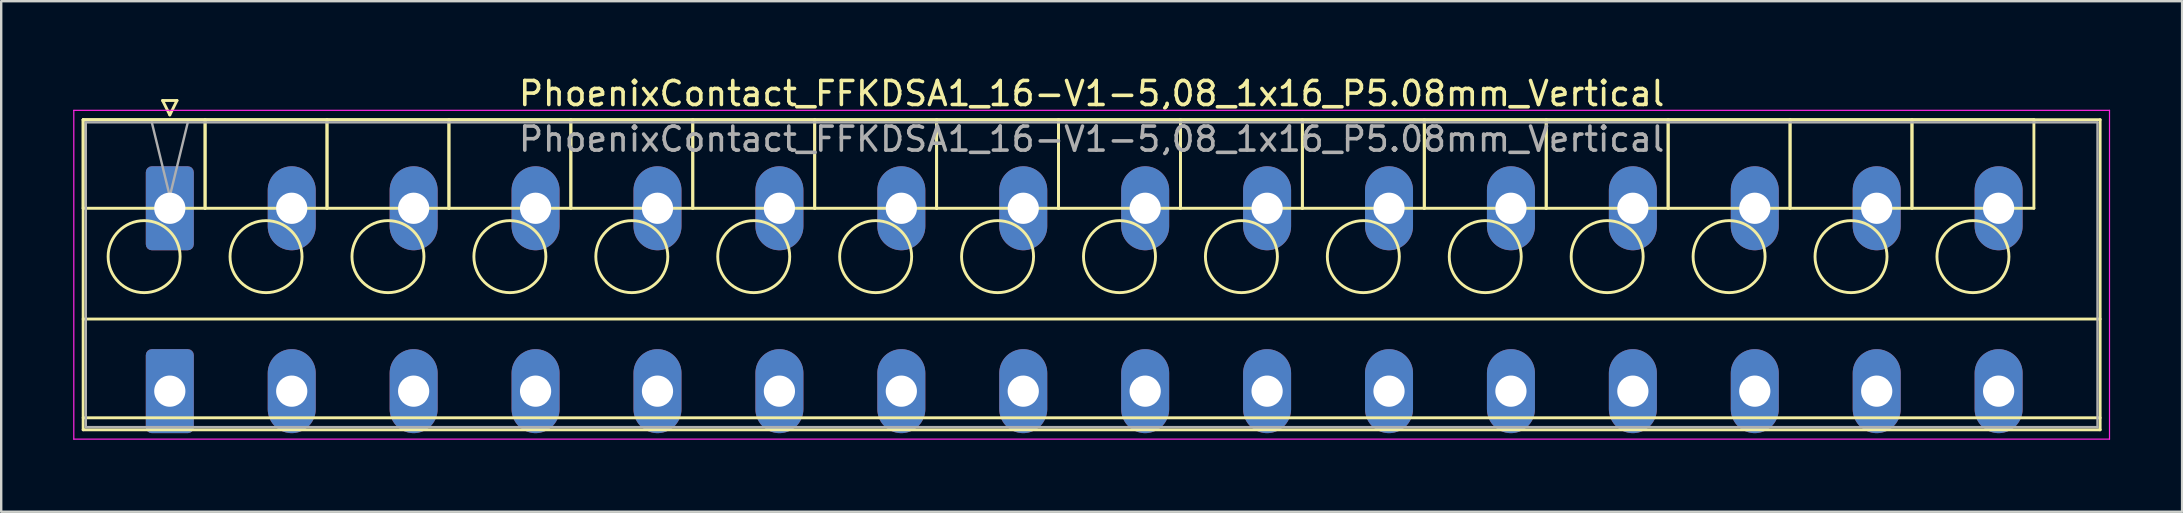
<source format=kicad_pcb>
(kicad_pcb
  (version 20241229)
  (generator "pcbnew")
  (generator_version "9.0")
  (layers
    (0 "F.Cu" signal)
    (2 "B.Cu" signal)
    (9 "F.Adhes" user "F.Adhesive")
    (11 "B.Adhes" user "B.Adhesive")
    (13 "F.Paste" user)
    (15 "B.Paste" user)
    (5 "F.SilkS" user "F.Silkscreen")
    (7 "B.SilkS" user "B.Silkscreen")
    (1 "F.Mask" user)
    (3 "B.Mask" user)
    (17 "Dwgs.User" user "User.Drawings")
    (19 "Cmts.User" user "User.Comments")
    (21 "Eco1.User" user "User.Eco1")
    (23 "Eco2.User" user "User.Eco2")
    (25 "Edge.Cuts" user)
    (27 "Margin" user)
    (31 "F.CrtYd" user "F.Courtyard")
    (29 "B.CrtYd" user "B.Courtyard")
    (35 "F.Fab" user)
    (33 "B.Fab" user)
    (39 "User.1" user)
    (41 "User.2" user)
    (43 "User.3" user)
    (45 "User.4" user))
  (footprint "PhoenixContact_FFKDSA1_16-V1-5,08_1x16_P5.08mm_Vertical"
    (layer "F.Cu")
    (at 4.025 5.628)
    (property "Reference" "PhoenixContact_FFKDSA1_16-V1-5,08_1x16_P5.08mm_Vertical" (at 38.41 -4.78 0) (layer "F.SilkS") (effects (font (size 1 1) (thickness 0.15))))
    (attr through_hole)
    (fp_line (start -3.61 -3.69) (end -3.61 0) (stroke (width 0.12) (type solid)) (layer "F.SilkS"))
    (fp_line (start -3.61 -3.69) (end -3.61 9.23) (stroke (width 0.12) (type solid)) (layer "F.SilkS"))
    (fp_line (start -3.61 0) (end 1.47 0) (stroke (width 0.12) (type solid)) (layer "F.SilkS"))
    (fp_line (start -3.61 4.615) (end 80.43 4.615) (stroke (width 0.12) (type solid)) (layer "F.SilkS"))
    (fp_line (start -3.61 8.73) (end 80.43 8.73) (stroke (width 0.12) (type solid)) (layer "F.SilkS"))
    (fp_line (start -3.61 9.23) (end 80.43 9.23) (stroke (width 0.12) (type solid)) (layer "F.SilkS"))
    (fp_line (start -0.3 -4.49) (end 0.3 -4.49) (stroke (width 0.12) (type solid)) (layer "F.SilkS"))
    (fp_line (start 0 -3.89) (end -0.3 -4.49) (stroke (width 0.12) (type solid)) (layer "F.SilkS"))
    (fp_line (start 0.3 -4.49) (end 0 -3.89) (stroke (width 0.12) (type solid)) (layer "F.SilkS"))
    (fp_line (start 1.47 -3.69) (end -3.61 -3.69) (stroke (width 0.12) (type solid)) (layer "F.SilkS"))
    (fp_line (start 1.47 -3.69) (end 1.47 0) (stroke (width 0.12) (type solid)) (layer "F.SilkS"))
    (fp_line (start 1.47 0) (end 1.47 -3.69) (stroke (width 0.12) (type solid)) (layer "F.SilkS"))
    (fp_line (start 1.47 0) (end 6.55 0) (stroke (width 0.12) (type solid)) (layer "F.SilkS"))
    (fp_line (start 6.55 -3.69) (end 1.47 -3.69) (stroke (width 0.12) (type solid)) (layer "F.SilkS"))
    (fp_line (start 6.55 -3.69) (end 6.55 0) (stroke (width 0.12) (type solid)) (layer "F.SilkS"))
    (fp_line (start 6.55 0) (end 6.55 -3.69) (stroke (width 0.12) (type solid)) (layer "F.SilkS"))
    (fp_line (start 6.55 0) (end 11.63 0) (stroke (width 0.12) (type solid)) (layer "F.SilkS"))
    (fp_line (start 11.63 -3.69) (end 6.55 -3.69) (stroke (width 0.12) (type solid)) (layer "F.SilkS"))
    (fp_line (start 11.63 -3.69) (end 11.63 0) (stroke (width 0.12) (type solid)) (layer "F.SilkS"))
    (fp_line (start 11.63 0) (end 11.63 -3.69) (stroke (width 0.12) (type solid)) (layer "F.SilkS"))
    (fp_line (start 11.63 0) (end 16.71 0) (stroke (width 0.12) (type solid)) (layer "F.SilkS"))
    (fp_line (start 16.71 -3.69) (end 11.63 -3.69) (stroke (width 0.12) (type solid)) (layer "F.SilkS"))
    (fp_line (start 16.71 -3.69) (end 16.71 0) (stroke (width 0.12) (type solid)) (layer "F.SilkS"))
    (fp_line (start 16.71 0) (end 16.71 -3.69) (stroke (width 0.12) (type solid)) (layer "F.SilkS"))
    (fp_line (start 16.71 0) (end 21.79 0) (stroke (width 0.12) (type solid)) (layer "F.SilkS"))
    (fp_line (start 21.79 -3.69) (end 16.71 -3.69) (stroke (width 0.12) (type solid)) (layer "F.SilkS"))
    (fp_line (start 21.79 -3.69) (end 21.79 0) (stroke (width 0.12) (type solid)) (layer "F.SilkS"))
    (fp_line (start 21.79 0) (end 21.79 -3.69) (stroke (width 0.12) (type solid)) (layer "F.SilkS"))
    (fp_line (start 21.79 0) (end 26.87 0) (stroke (width 0.12) (type solid)) (layer "F.SilkS"))
    (fp_line (start 26.87 -3.69) (end 21.79 -3.69) (stroke (width 0.12) (type solid)) (layer "F.SilkS"))
    (fp_line (start 26.87 -3.69) (end 26.87 0) (stroke (width 0.12) (type solid)) (layer "F.SilkS"))
    (fp_line (start 26.87 0) (end 26.87 -3.69) (stroke (width 0.12) (type solid)) (layer "F.SilkS"))
    (fp_line (start 26.87 0) (end 31.95 0) (stroke (width 0.12) (type solid)) (layer "F.SilkS"))
    (fp_line (start 31.95 -3.69) (end 26.87 -3.69) (stroke (width 0.12) (type solid)) (layer "F.SilkS"))
    (fp_line (start 31.95 -3.69) (end 31.95 0) (stroke (width 0.12) (type solid)) (layer "F.SilkS"))
    (fp_line (start 31.95 0) (end 31.95 -3.69) (stroke (width 0.12) (type solid)) (layer "F.SilkS"))
    (fp_line (start 31.95 0) (end 37.03 0) (stroke (width 0.12) (type solid)) (layer "F.SilkS"))
    (fp_line (start 37.03 -3.69) (end 31.95 -3.69) (stroke (width 0.12) (type solid)) (layer "F.SilkS"))
    (fp_line (start 37.03 -3.69) (end 37.03 0) (stroke (width 0.12) (type solid)) (layer "F.SilkS"))
    (fp_line (start 37.03 0) (end 37.03 -3.69) (stroke (width 0.12) (type solid)) (layer "F.SilkS"))
    (fp_line (start 37.03 0) (end 42.11 0) (stroke (width 0.12) (type solid)) (layer "F.SilkS"))
    (fp_line (start 42.11 -3.69) (end 37.03 -3.69) (stroke (width 0.12) (type solid)) (layer "F.SilkS"))
    (fp_line (start 42.11 -3.69) (end 42.11 0) (stroke (width 0.12) (type solid)) (layer "F.SilkS"))
    (fp_line (start 42.11 0) (end 42.11 -3.69) (stroke (width 0.12) (type solid)) (layer "F.SilkS"))
    (fp_line (start 42.11 0) (end 47.19 0) (stroke (width 0.12) (type solid)) (layer "F.SilkS"))
    (fp_line (start 47.19 -3.69) (end 42.11 -3.69) (stroke (width 0.12) (type solid)) (layer "F.SilkS"))
    (fp_line (start 47.19 -3.69) (end 47.19 0) (stroke (width 0.12) (type solid)) (layer "F.SilkS"))
    (fp_line (start 47.19 0) (end 47.19 -3.69) (stroke (width 0.12) (type solid)) (layer "F.SilkS"))
    (fp_line (start 47.19 0) (end 52.27 0) (stroke (width 0.12) (type solid)) (layer "F.SilkS"))
    (fp_line (start 52.27 -3.69) (end 47.19 -3.69) (stroke (width 0.12) (type solid)) (layer "F.SilkS"))
    (fp_line (start 52.27 -3.69) (end 52.27 0) (stroke (width 0.12) (type solid)) (layer "F.SilkS"))
    (fp_line (start 52.27 0) (end 52.27 -3.69) (stroke (width 0.12) (type solid)) (layer "F.SilkS"))
    (fp_line (start 52.27 0) (end 57.35 0) (stroke (width 0.12) (type solid)) (layer "F.SilkS"))
    (fp_line (start 57.35 -3.69) (end 52.27 -3.69) (stroke (width 0.12) (type solid)) (layer "F.SilkS"))
    (fp_line (start 57.35 -3.69) (end 57.35 0) (stroke (width 0.12) (type solid)) (layer "F.SilkS"))
    (fp_line (start 57.35 0) (end 57.35 -3.69) (stroke (width 0.12) (type solid)) (layer "F.SilkS"))
    (fp_line (start 57.35 0) (end 62.43 0) (stroke (width 0.12) (type solid)) (layer "F.SilkS"))
    (fp_line (start 62.43 -3.69) (end 57.35 -3.69) (stroke (width 0.12) (type solid)) (layer "F.SilkS"))
    (fp_line (start 62.43 -3.69) (end 62.43 0) (stroke (width 0.12) (type solid)) (layer "F.SilkS"))
    (fp_line (start 62.43 0) (end 62.43 -3.69) (stroke (width 0.12) (type solid)) (layer "F.SilkS"))
    (fp_line (start 62.43 0) (end 67.51 0) (stroke (width 0.12) (type solid)) (layer "F.SilkS"))
    (fp_line (start 67.51 -3.69) (end 62.43 -3.69) (stroke (width 0.12) (type solid)) (layer "F.SilkS"))
    (fp_line (start 67.51 -3.69) (end 67.51 0) (stroke (width 0.12) (type solid)) (layer "F.SilkS"))
    (fp_line (start 67.51 0) (end 67.51 -3.69) (stroke (width 0.12) (type solid)) (layer "F.SilkS"))
    (fp_line (start 67.51 0) (end 72.59 0) (stroke (width 0.12) (type solid)) (layer "F.SilkS"))
    (fp_line (start 72.59 -3.69) (end 67.51 -3.69) (stroke (width 0.12) (type solid)) (layer "F.SilkS"))
    (fp_line (start 72.59 -3.69) (end 72.59 0) (stroke (width 0.12) (type solid)) (layer "F.SilkS"))
    (fp_line (start 72.59 0) (end 72.59 -3.69) (stroke (width 0.12) (type solid)) (layer "F.SilkS"))
    (fp_line (start 72.59 0) (end 77.67 0) (stroke (width 0.12) (type solid)) (layer "F.SilkS"))
    (fp_line (start 77.67 -3.69) (end 72.59 -3.69) (stroke (width 0.12) (type solid)) (layer "F.SilkS"))
    (fp_line (start 77.67 0) (end 77.67 -3.69) (stroke (width 0.12) (type solid)) (layer "F.SilkS"))
    (fp_line (start 80.43 -3.69) (end -3.61 -3.69) (stroke (width 0.12) (type solid)) (layer "F.SilkS"))
    (fp_line (start 80.43 9.23) (end 80.43 -3.69) (stroke (width 0.12) (type solid)) (layer "F.SilkS"))
    (fp_circle (center -1.07 2.015) (end 0.43 2.015) (stroke (width 0.12) (type solid)) (fill no) (layer "F.SilkS"))
    (fp_circle (center 4.01 2.015) (end 5.51 2.015) (stroke (width 0.12) (type solid)) (fill no) (layer "F.SilkS"))
    (fp_circle (center 9.09 2.015) (end 10.59 2.015) (stroke (width 0.12) (type solid)) (fill no) (layer "F.SilkS"))
    (fp_circle (center 14.17 2.015) (end 15.67 2.015) (stroke (width 0.12) (type solid)) (fill no) (layer "F.SilkS"))
    (fp_circle (center 19.25 2.015) (end 20.75 2.015) (stroke (width 0.12) (type solid)) (fill no) (layer "F.SilkS"))
    (fp_circle (center 24.33 2.015) (end 25.83 2.015) (stroke (width 0.12) (type solid)) (fill no) (layer "F.SilkS"))
    (fp_circle (center 29.41 2.015) (end 30.91 2.015) (stroke (width 0.12) (type solid)) (fill no) (layer "F.SilkS"))
    (fp_circle (center 34.49 2.015) (end 35.99 2.015) (stroke (width 0.12) (type solid)) (fill no) (layer "F.SilkS"))
    (fp_circle (center 39.57 2.015) (end 41.07 2.015) (stroke (width 0.12) (type solid)) (fill no) (layer "F.SilkS"))
    (fp_circle (center 44.65 2.015) (end 46.15 2.015) (stroke (width 0.12) (type solid)) (fill no) (layer "F.SilkS"))
    (fp_circle (center 49.73 2.015) (end 51.23 2.015) (stroke (width 0.12) (type solid)) (fill no) (layer "F.SilkS"))
    (fp_circle (center 54.81 2.015) (end 56.31 2.015) (stroke (width 0.12) (type solid)) (fill no) (layer "F.SilkS"))
    (fp_circle (center 59.89 2.015) (end 61.39 2.015) (stroke (width 0.12) (type solid)) (fill no) (layer "F.SilkS"))
    (fp_circle (center 64.97 2.015) (end 66.47 2.015) (stroke (width 0.12) (type solid)) (fill no) (layer "F.SilkS"))
    (fp_circle (center 70.05 2.015) (end 71.55 2.015) (stroke (width 0.12) (type solid)) (fill no) (layer "F.SilkS"))
    (fp_circle (center 75.13 2.015) (end 76.63 2.015) (stroke (width 0.12) (type solid)) (fill no) (layer "F.SilkS"))
    (fp_line (start -4 -4.08) (end -4 9.62) (stroke (width 0.05) (type solid)) (layer "F.CrtYd"))
    (fp_line (start -4 9.62) (end 80.82 9.62) (stroke (width 0.05) (type solid)) (layer "F.CrtYd"))
    (fp_line (start 80.82 -4.08) (end -4 -4.08) (stroke (width 0.05) (type solid)) (layer "F.CrtYd"))
    (fp_line (start 80.82 9.62) (end 80.82 -4.08) (stroke (width 0.05) (type solid)) (layer "F.CrtYd"))
    (fp_line (start -3.5 -3.58) (end -3.5 9.12) (stroke (width 0.1) (type solid)) (layer "F.Fab"))
    (fp_line (start -3.5 9.12) (end 80.32 9.12) (stroke (width 0.1) (type solid)) (layer "F.Fab"))
    (fp_line (start 0 -0.5) (end -0.75 -3.58) (stroke (width 0.1) (type solid)) (layer "F.Fab"))
    (fp_line (start 0.75 -3.58) (end 0 -0.5) (stroke (width 0.1) (type solid)) (layer "F.Fab"))
    (fp_line (start 80.32 -3.58) (end -3.5 -3.58) (stroke (width 0.1) (type solid)) (layer "F.Fab"))
    (fp_line (start 80.32 9.12) (end 80.32 -3.58) (stroke (width 0.1) (type solid)) (layer "F.Fab"))
    (fp_text user "${REFERENCE}" (at 38.41 -2.88 0) (layer "F.Fab") (effects (font (size 1 1) (thickness 0.15))))
    (pad "1" thru_hole roundrect (at 0 0) (size 2 3.5) (drill 1.3) (layers "*.Cu" "*.Mask") (roundrect_rratio 0.125))
    (pad "1" thru_hole roundrect (at 0 7.62) (size 2 3.5) (drill 1.3) (layers "*.Cu" "*.Mask") (roundrect_rratio 0.125))
    (pad "2" thru_hole oval (at 5.08 0) (size 2 3.5) (drill 1.3) (layers "*.Cu" "*.Mask"))
    (pad "2" thru_hole oval (at 5.08 7.62) (size 2 3.5) (drill 1.3) (layers "*.Cu" "*.Mask"))
    (pad "3" thru_hole oval (at 10.16 0) (size 2 3.5) (drill 1.3) (layers "*.Cu" "*.Mask"))
    (pad "3" thru_hole oval (at 10.16 7.62) (size 2 3.5) (drill 1.3) (layers "*.Cu" "*.Mask"))
    (pad "4" thru_hole oval (at 15.24 0) (size 2 3.5) (drill 1.3) (layers "*.Cu" "*.Mask"))
    (pad "4" thru_hole oval (at 15.24 7.62) (size 2 3.5) (drill 1.3) (layers "*.Cu" "*.Mask"))
    (pad "5" thru_hole oval (at 20.32 0) (size 2 3.5) (drill 1.3) (layers "*.Cu" "*.Mask"))
    (pad "5" thru_hole oval (at 20.32 7.62) (size 2 3.5) (drill 1.3) (layers "*.Cu" "*.Mask"))
    (pad "6" thru_hole oval (at 25.4 0) (size 2 3.5) (drill 1.3) (layers "*.Cu" "*.Mask"))
    (pad "6" thru_hole oval (at 25.4 7.62) (size 2 3.5) (drill 1.3) (layers "*.Cu" "*.Mask"))
    (pad "7" thru_hole oval (at 30.48 0) (size 2 3.5) (drill 1.3) (layers "*.Cu" "*.Mask"))
    (pad "7" thru_hole oval (at 30.48 7.62) (size 2 3.5) (drill 1.3) (layers "*.Cu" "*.Mask"))
    (pad "8" thru_hole oval (at 35.56 0) (size 2 3.5) (drill 1.3) (layers "*.Cu" "*.Mask"))
    (pad "8" thru_hole oval (at 35.56 7.62) (size 2 3.5) (drill 1.3) (layers "*.Cu" "*.Mask"))
    (pad "9" thru_hole oval (at 40.64 0) (size 2 3.5) (drill 1.3) (layers "*.Cu" "*.Mask"))
    (pad "9" thru_hole oval (at 40.64 7.62) (size 2 3.5) (drill 1.3) (layers "*.Cu" "*.Mask"))
    (pad "10" thru_hole oval (at 45.72 0) (size 2 3.5) (drill 1.3) (layers "*.Cu" "*.Mask"))
    (pad "10" thru_hole oval (at 45.72 7.62) (size 2 3.5) (drill 1.3) (layers "*.Cu" "*.Mask"))
    (pad "11" thru_hole oval (at 50.8 0) (size 2 3.5) (drill 1.3) (layers "*.Cu" "*.Mask"))
    (pad "11" thru_hole oval (at 50.8 7.62) (size 2 3.5) (drill 1.3) (layers "*.Cu" "*.Mask"))
    (pad "12" thru_hole oval (at 55.88 0) (size 2 3.5) (drill 1.3) (layers "*.Cu" "*.Mask"))
    (pad "12" thru_hole oval (at 55.88 7.62) (size 2 3.5) (drill 1.3) (layers "*.Cu" "*.Mask"))
    (pad "13" thru_hole oval (at 60.96 0) (size 2 3.5) (drill 1.3) (layers "*.Cu" "*.Mask"))
    (pad "13" thru_hole oval (at 60.96 7.62) (size 2 3.5) (drill 1.3) (layers "*.Cu" "*.Mask"))
    (pad "14" thru_hole oval (at 66.04 0) (size 2 3.5) (drill 1.3) (layers "*.Cu" "*.Mask"))
    (pad "14" thru_hole oval (at 66.04 7.62) (size 2 3.5) (drill 1.3) (layers "*.Cu" "*.Mask"))
    (pad "15" thru_hole oval (at 71.12 0) (size 2 3.5) (drill 1.3) (layers "*.Cu" "*.Mask"))
    (pad "15" thru_hole oval (at 71.12 7.62) (size 2 3.5) (drill 1.3) (layers "*.Cu" "*.Mask"))
    (pad "16" thru_hole oval (at 76.2 0) (size 2 3.5) (drill 1.3) (layers "*.Cu" "*.Mask"))
    (pad "16" thru_hole oval (at 76.2 7.62) (size 2 3.5) (drill 1.3) (layers "*.Cu" "*.Mask")))
  (gr_rect
    (start -3 -3)
    (end 87.87 18.273)
    (stroke (width 0.1) (type default))
    (fill no)
    (layer "Edge.Cuts")))
</source>
